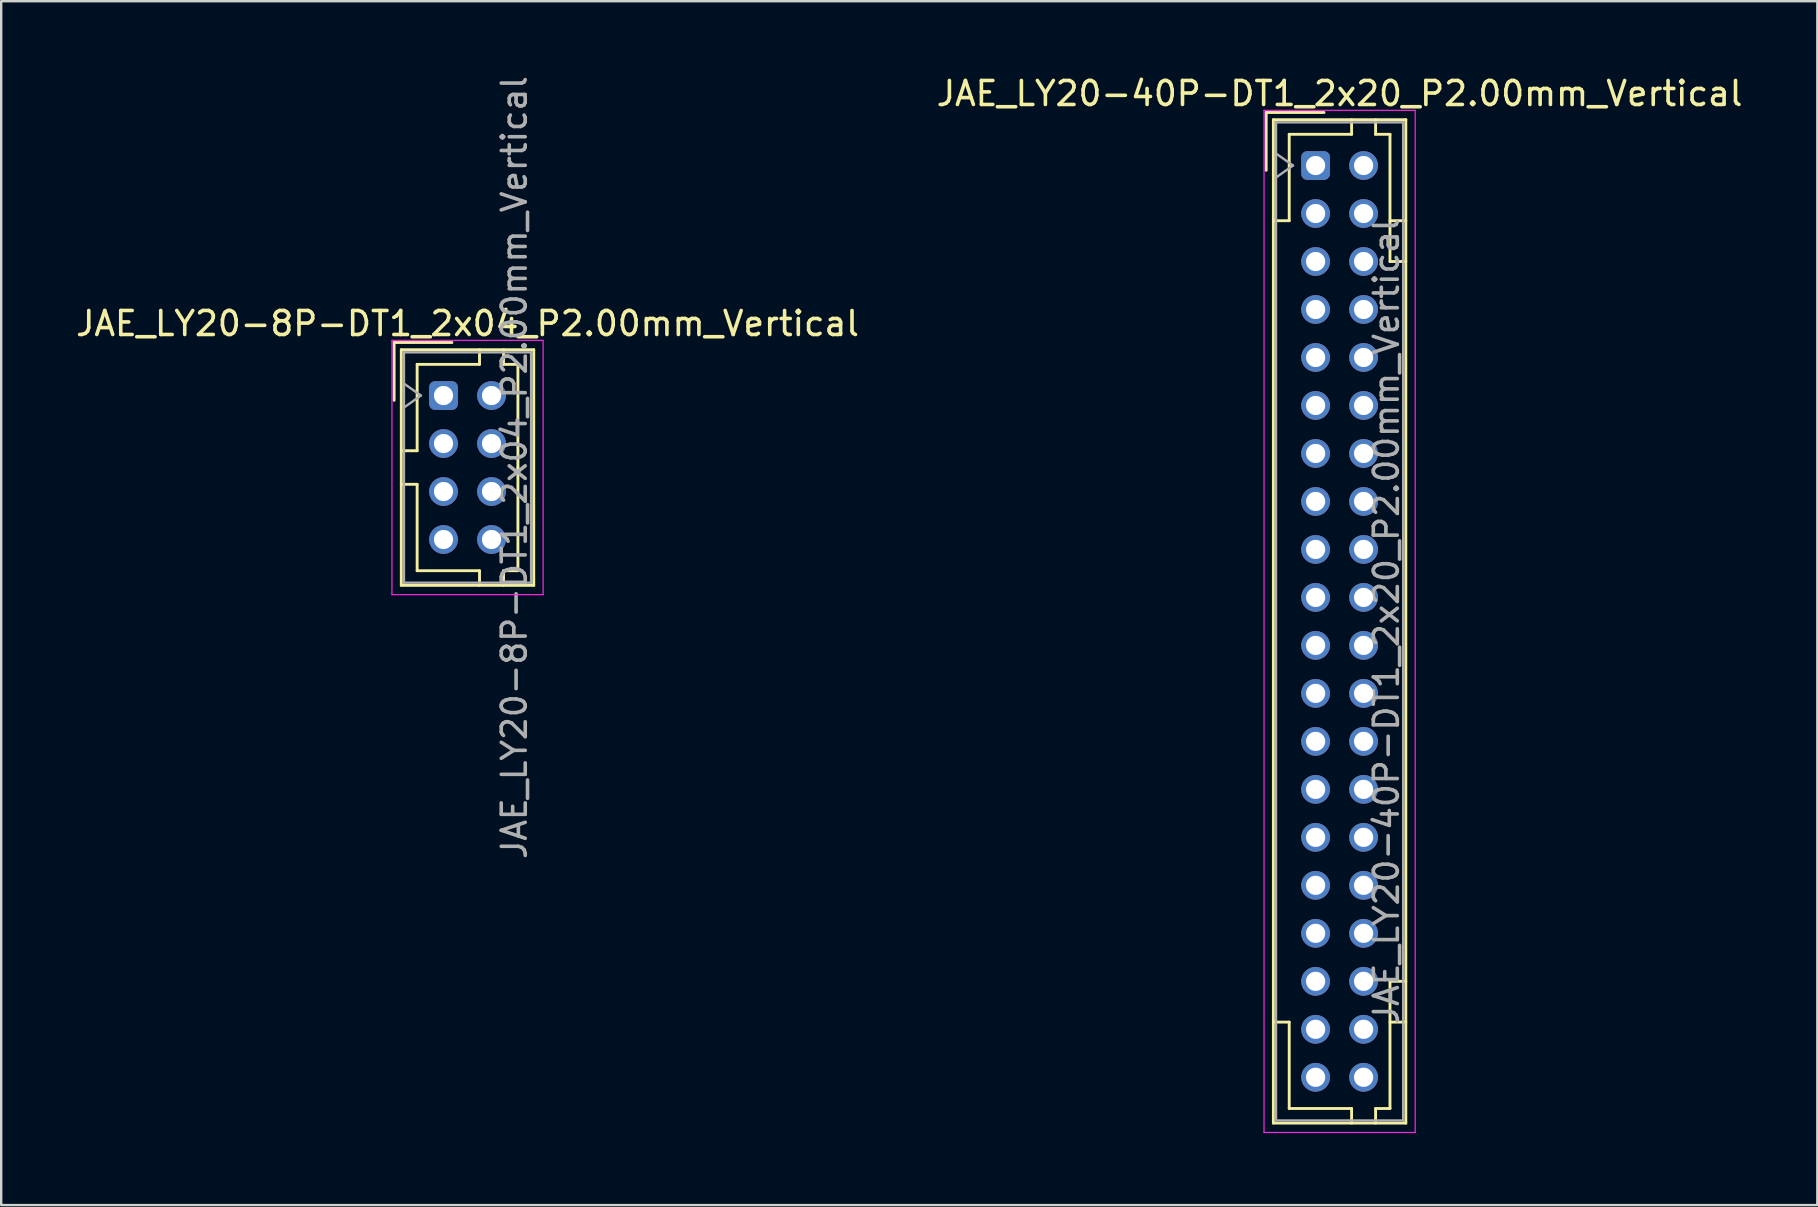
<source format=kicad_pcb>
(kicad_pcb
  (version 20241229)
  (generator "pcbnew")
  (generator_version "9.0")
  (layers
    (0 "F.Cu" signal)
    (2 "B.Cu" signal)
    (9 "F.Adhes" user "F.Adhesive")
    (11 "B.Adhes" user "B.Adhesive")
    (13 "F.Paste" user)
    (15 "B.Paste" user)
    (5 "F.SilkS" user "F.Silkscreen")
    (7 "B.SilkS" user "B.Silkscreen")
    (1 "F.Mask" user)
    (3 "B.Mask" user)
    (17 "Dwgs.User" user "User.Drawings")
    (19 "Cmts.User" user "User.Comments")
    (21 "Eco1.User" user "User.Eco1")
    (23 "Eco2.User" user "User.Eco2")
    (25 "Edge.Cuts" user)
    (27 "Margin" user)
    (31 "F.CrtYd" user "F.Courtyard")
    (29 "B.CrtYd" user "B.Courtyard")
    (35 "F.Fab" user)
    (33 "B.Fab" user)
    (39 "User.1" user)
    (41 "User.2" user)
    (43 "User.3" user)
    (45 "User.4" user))
  (footprint "JAE_LY20-8P-DT1_2x04_P2.00mm_Vertical"
    (layer "F.Cu")
    (at 15.435 13.435)
    (property "Reference" "JAE_LY20-8P-DT1_2x04_P2.00mm_Vertical" (at 1 -3 0) (layer "F.SilkS") (effects (font (size 1 1) (thickness 0.15))))
    (attr through_hole)
    (fp_line (start -2.06 -2.21) (end -2.06 0.2) (stroke (width 0.12) (type solid)) (layer "F.SilkS"))
    (fp_line (start -1.76 -1.91) (end -1.76 7.91) (stroke (width 0.12) (type solid)) (layer "F.SilkS"))
    (fp_line (start -1.76 7.91) (end 3.76 7.91) (stroke (width 0.12) (type solid)) (layer "F.SilkS"))
    (fp_line (start -1.1 -1.3) (end -1.1 2.3) (stroke (width 0.12) (type solid)) (layer "F.SilkS"))
    (fp_line (start -1.1 2.3) (end -1.76 2.3) (stroke (width 0.12) (type solid)) (layer "F.SilkS"))
    (fp_line (start -1.1 3.7) (end -1.76 3.7) (stroke (width 0.12) (type solid)) (layer "F.SilkS"))
    (fp_line (start -1.1 7.3) (end -1.1 3.7) (stroke (width 0.12) (type solid)) (layer "F.SilkS"))
    (fp_line (start 0.35 -2.21) (end -2.06 -2.21) (stroke (width 0.12) (type solid)) (layer "F.SilkS"))
    (fp_line (start 1.5 -1.91) (end 1.5 -1.3) (stroke (width 0.12) (type solid)) (layer "F.SilkS"))
    (fp_line (start 1.5 -1.3) (end -1.1 -1.3) (stroke (width 0.12) (type solid)) (layer "F.SilkS"))
    (fp_line (start 1.5 7.3) (end -1.1 7.3) (stroke (width 0.12) (type solid)) (layer "F.SilkS"))
    (fp_line (start 1.5 7.91) (end 1.5 7.3) (stroke (width 0.12) (type solid)) (layer "F.SilkS"))
    (fp_line (start 2.5 -1.91) (end 2.5 -1.3) (stroke (width 0.12) (type solid)) (layer "F.SilkS"))
    (fp_line (start 2.5 -1.3) (end 3.1 -1.3) (stroke (width 0.12) (type solid)) (layer "F.SilkS"))
    (fp_line (start 2.5 7.3) (end 3.1 7.3) (stroke (width 0.12) (type solid)) (layer "F.SilkS"))
    (fp_line (start 2.5 7.91) (end 2.5 7.3) (stroke (width 0.12) (type solid)) (layer "F.SilkS"))
    (fp_line (start 3.1 -1.3) (end 3.1 3) (stroke (width 0.12) (type solid)) (layer "F.SilkS"))
    (fp_line (start 3.1 7.3) (end 3.1 3) (stroke (width 0.12) (type solid)) (layer "F.SilkS"))
    (fp_line (start 3.76 -1.91) (end -1.76 -1.91) (stroke (width 0.12) (type solid)) (layer "F.SilkS"))
    (fp_line (start 3.76 7.91) (end 3.76 -1.91) (stroke (width 0.12) (type solid)) (layer "F.SilkS"))
    (fp_line (start -2.15 -2.3) (end -2.15 8.3) (stroke (width 0.05) (type solid)) (layer "F.CrtYd"))
    (fp_line (start -2.15 8.3) (end 4.15 8.3) (stroke (width 0.05) (type solid)) (layer "F.CrtYd"))
    (fp_line (start 4.15 -2.3) (end -2.15 -2.3) (stroke (width 0.05) (type solid)) (layer "F.CrtYd"))
    (fp_line (start 4.15 8.3) (end 4.15 -2.3) (stroke (width 0.05) (type solid)) (layer "F.CrtYd"))
    (fp_line (start -1.65 -1.8) (end -1.65 7.8) (stroke (width 0.1) (type solid)) (layer "F.Fab"))
    (fp_line (start -1.65 0.5) (end -0.943 0) (stroke (width 0.1) (type solid)) (layer "F.Fab"))
    (fp_line (start -1.65 7.8) (end 3.65 7.8) (stroke (width 0.1) (type solid)) (layer "F.Fab"))
    (fp_line (start -0.943 0) (end -1.65 -0.5) (stroke (width 0.1) (type solid)) (layer "F.Fab"))
    (fp_line (start 3.65 -1.8) (end -1.65 -1.8) (stroke (width 0.1) (type solid)) (layer "F.Fab"))
    (fp_line (start 3.65 7.8) (end 3.65 -1.8) (stroke (width 0.1) (type solid)) (layer "F.Fab"))
    (fp_text user "${REFERENCE}" (at 2.95 3 90) (layer "F.Fab") (effects (font (size 1 1) (thickness 0.15))))
    (pad "a1" thru_hole roundrect (at 0 0) (size 1.2 1.2) (drill 0.8) (layers "*.Cu" "*.Mask") (roundrect_rratio 0.208))
    (pad "a2" thru_hole circle (at 0 2) (size 1.2 1.2) (drill 0.8) (layers "*.Cu" "*.Mask"))
    (pad "a3" thru_hole circle (at 0 4) (size 1.2 1.2) (drill 0.8) (layers "*.Cu" "*.Mask"))
    (pad "a4" thru_hole circle (at 0 6) (size 1.2 1.2) (drill 0.8) (layers "*.Cu" "*.Mask"))
    (pad "b1" thru_hole circle (at 2 0) (size 1.2 1.2) (drill 0.8) (layers "*.Cu" "*.Mask"))
    (pad "b2" thru_hole circle (at 2 2) (size 1.2 1.2) (drill 0.8) (layers "*.Cu" "*.Mask"))
    (pad "b3" thru_hole circle (at 2 4) (size 1.2 1.2) (drill 0.8) (layers "*.Cu" "*.Mask"))
    (pad "b4" thru_hole circle (at 2 6) (size 1.2 1.2) (drill 0.8) (layers "*.Cu" "*.Mask")))
  (footprint "JAE_LY20-40P-DT1_2x20_P2.00mm_Vertical"
    (layer "F.Cu")
    (at 51.78 3.848)
    (property "Reference" "JAE_LY20-40P-DT1_2x20_P2.00mm_Vertical" (at 1 -3 0) (layer "F.SilkS") (effects (font (size 1 1) (thickness 0.15))))
    (attr through_hole)
    (fp_line (start -2.06 -2.21) (end -2.06 0.2) (stroke (width 0.12) (type solid)) (layer "F.SilkS"))
    (fp_line (start -1.76 -1.91) (end -1.76 39.91) (stroke (width 0.12) (type solid)) (layer "F.SilkS"))
    (fp_line (start -1.76 39.91) (end 3.76 39.91) (stroke (width 0.12) (type solid)) (layer "F.SilkS"))
    (fp_line (start -1.1 -1.3) (end -1.1 2.3) (stroke (width 0.12) (type solid)) (layer "F.SilkS"))
    (fp_line (start -1.1 2.3) (end -1.76 2.3) (stroke (width 0.12) (type solid)) (layer "F.SilkS"))
    (fp_line (start -1.1 35.7) (end -1.76 35.7) (stroke (width 0.12) (type solid)) (layer "F.SilkS"))
    (fp_line (start -1.1 39.3) (end -1.1 35.7) (stroke (width 0.12) (type solid)) (layer "F.SilkS"))
    (fp_line (start 0.35 -2.21) (end -2.06 -2.21) (stroke (width 0.12) (type solid)) (layer "F.SilkS"))
    (fp_line (start 1.5 -1.91) (end 1.5 -1.3) (stroke (width 0.12) (type solid)) (layer "F.SilkS"))
    (fp_line (start 1.5 -1.3) (end -1.1 -1.3) (stroke (width 0.12) (type solid)) (layer "F.SilkS"))
    (fp_line (start 1.5 39.3) (end -1.1 39.3) (stroke (width 0.12) (type solid)) (layer "F.SilkS"))
    (fp_line (start 1.5 39.91) (end 1.5 39.3) (stroke (width 0.12) (type solid)) (layer "F.SilkS"))
    (fp_line (start 2.5 -1.91) (end 2.5 -1.3) (stroke (width 0.12) (type solid)) (layer "F.SilkS"))
    (fp_line (start 2.5 -1.3) (end 3.1 -1.3) (stroke (width 0.12) (type solid)) (layer "F.SilkS"))
    (fp_line (start 2.5 39.3) (end 3.1 39.3) (stroke (width 0.12) (type solid)) (layer "F.SilkS"))
    (fp_line (start 2.5 39.91) (end 2.5 39.3) (stroke (width 0.12) (type solid)) (layer "F.SilkS"))
    (fp_line (start 3.1 -1.3) (end 3.1 4) (stroke (width 0.12) (type solid)) (layer "F.SilkS"))
    (fp_line (start 3.1 4) (end 3.76 4) (stroke (width 0.12) (type solid)) (layer "F.SilkS"))
    (fp_line (start 3.1 34) (end 3.76 34) (stroke (width 0.12) (type solid)) (layer "F.SilkS"))
    (fp_line (start 3.1 39.3) (end 3.1 34) (stroke (width 0.12) (type solid)) (layer "F.SilkS"))
    (fp_line (start 3.76 -1.91) (end -1.76 -1.91) (stroke (width 0.12) (type solid)) (layer "F.SilkS"))
    (fp_line (start 3.76 2.3) (end 3.1 2.3) (stroke (width 0.12) (type solid)) (layer "F.SilkS"))
    (fp_line (start 3.76 35.7) (end 3.1 35.7) (stroke (width 0.12) (type solid)) (layer "F.SilkS"))
    (fp_line (start 3.76 39.91) (end 3.76 -1.91) (stroke (width 0.12) (type solid)) (layer "F.SilkS"))
    (fp_line (start -2.15 -2.3) (end -2.15 40.3) (stroke (width 0.05) (type solid)) (layer "F.CrtYd"))
    (fp_line (start -2.15 40.3) (end 4.15 40.3) (stroke (width 0.05) (type solid)) (layer "F.CrtYd"))
    (fp_line (start 4.15 -2.3) (end -2.15 -2.3) (stroke (width 0.05) (type solid)) (layer "F.CrtYd"))
    (fp_line (start 4.15 40.3) (end 4.15 -2.3) (stroke (width 0.05) (type solid)) (layer "F.CrtYd"))
    (fp_line (start -1.65 -1.8) (end -1.65 39.8) (stroke (width 0.1) (type solid)) (layer "F.Fab"))
    (fp_line (start -1.65 0.5) (end -0.943 0) (stroke (width 0.1) (type solid)) (layer "F.Fab"))
    (fp_line (start -1.65 39.8) (end 3.65 39.8) (stroke (width 0.1) (type solid)) (layer "F.Fab"))
    (fp_line (start -0.943 0) (end -1.65 -0.5) (stroke (width 0.1) (type solid)) (layer "F.Fab"))
    (fp_line (start 3.65 -1.8) (end -1.65 -1.8) (stroke (width 0.1) (type solid)) (layer "F.Fab"))
    (fp_line (start 3.65 39.8) (end 3.65 -1.8) (stroke (width 0.1) (type solid)) (layer "F.Fab"))
    (fp_text user "${REFERENCE}" (at 2.95 19 90) (layer "F.Fab") (effects (font (size 1 1) (thickness 0.15))))
    (pad "a1" thru_hole roundrect (at 0 0) (size 1.2 1.2) (drill 0.8) (layers "*.Cu" "*.Mask") (roundrect_rratio 0.208))
    (pad "a2" thru_hole circle (at 0 2) (size 1.2 1.2) (drill 0.8) (layers "*.Cu" "*.Mask"))
    (pad "a3" thru_hole circle (at 0 4) (size 1.2 1.2) (drill 0.8) (layers "*.Cu" "*.Mask"))
    (pad "a4" thru_hole circle (at 0 6) (size 1.2 1.2) (drill 0.8) (layers "*.Cu" "*.Mask"))
    (pad "a5" thru_hole circle (at 0 8) (size 1.2 1.2) (drill 0.8) (layers "*.Cu" "*.Mask"))
    (pad "a6" thru_hole circle (at 0 10) (size 1.2 1.2) (drill 0.8) (layers "*.Cu" "*.Mask"))
    (pad "a7" thru_hole circle (at 0 12) (size 1.2 1.2) (drill 0.8) (layers "*.Cu" "*.Mask"))
    (pad "a8" thru_hole circle (at 0 14) (size 1.2 1.2) (drill 0.8) (layers "*.Cu" "*.Mask"))
    (pad "a9" thru_hole circle (at 0 16) (size 1.2 1.2) (drill 0.8) (layers "*.Cu" "*.Mask"))
    (pad "a10" thru_hole circle (at 0 18) (size 1.2 1.2) (drill 0.8) (layers "*.Cu" "*.Mask"))
    (pad "a11" thru_hole circle (at 0 20) (size 1.2 1.2) (drill 0.8) (layers "*.Cu" "*.Mask"))
    (pad "a12" thru_hole circle (at 0 22) (size 1.2 1.2) (drill 0.8) (layers "*.Cu" "*.Mask"))
    (pad "a13" thru_hole circle (at 0 24) (size 1.2 1.2) (drill 0.8) (layers "*.Cu" "*.Mask"))
    (pad "a14" thru_hole circle (at 0 26) (size 1.2 1.2) (drill 0.8) (layers "*.Cu" "*.Mask"))
    (pad "a15" thru_hole circle (at 0 28) (size 1.2 1.2) (drill 0.8) (layers "*.Cu" "*.Mask"))
    (pad "a16" thru_hole circle (at 0 30) (size 1.2 1.2) (drill 0.8) (layers "*.Cu" "*.Mask"))
    (pad "a17" thru_hole circle (at 0 32) (size 1.2 1.2) (drill 0.8) (layers "*.Cu" "*.Mask"))
    (pad "a18" thru_hole circle (at 0 34) (size 1.2 1.2) (drill 0.8) (layers "*.Cu" "*.Mask"))
    (pad "a19" thru_hole circle (at 0 36) (size 1.2 1.2) (drill 0.8) (layers "*.Cu" "*.Mask"))
    (pad "a20" thru_hole circle (at 0 38) (size 1.2 1.2) (drill 0.8) (layers "*.Cu" "*.Mask"))
    (pad "b1" thru_hole circle (at 2 0) (size 1.2 1.2) (drill 0.8) (layers "*.Cu" "*.Mask"))
    (pad "b2" thru_hole circle (at 2 2) (size 1.2 1.2) (drill 0.8) (layers "*.Cu" "*.Mask"))
    (pad "b3" thru_hole circle (at 2 4) (size 1.2 1.2) (drill 0.8) (layers "*.Cu" "*.Mask"))
    (pad "b4" thru_hole circle (at 2 6) (size 1.2 1.2) (drill 0.8) (layers "*.Cu" "*.Mask"))
    (pad "b5" thru_hole circle (at 2 8) (size 1.2 1.2) (drill 0.8) (layers "*.Cu" "*.Mask"))
    (pad "b6" thru_hole circle (at 2 10) (size 1.2 1.2) (drill 0.8) (layers "*.Cu" "*.Mask"))
    (pad "b7" thru_hole circle (at 2 12) (size 1.2 1.2) (drill 0.8) (layers "*.Cu" "*.Mask"))
    (pad "b8" thru_hole circle (at 2 14) (size 1.2 1.2) (drill 0.8) (layers "*.Cu" "*.Mask"))
    (pad "b9" thru_hole circle (at 2 16) (size 1.2 1.2) (drill 0.8) (layers "*.Cu" "*.Mask"))
    (pad "b10" thru_hole circle (at 2 18) (size 1.2 1.2) (drill 0.8) (layers "*.Cu" "*.Mask"))
    (pad "b11" thru_hole circle (at 2 20) (size 1.2 1.2) (drill 0.8) (layers "*.Cu" "*.Mask"))
    (pad "b12" thru_hole circle (at 2 22) (size 1.2 1.2) (drill 0.8) (layers "*.Cu" "*.Mask"))
    (pad "b13" thru_hole circle (at 2 24) (size 1.2 1.2) (drill 0.8) (layers "*.Cu" "*.Mask"))
    (pad "b14" thru_hole circle (at 2 26) (size 1.2 1.2) (drill 0.8) (layers "*.Cu" "*.Mask"))
    (pad "b15" thru_hole circle (at 2 28) (size 1.2 1.2) (drill 0.8) (layers "*.Cu" "*.Mask"))
    (pad "b16" thru_hole circle (at 2 30) (size 1.2 1.2) (drill 0.8) (layers "*.Cu" "*.Mask"))
    (pad "b17" thru_hole circle (at 2 32) (size 1.2 1.2) (drill 0.8) (layers "*.Cu" "*.Mask"))
    (pad "b18" thru_hole circle (at 2 34) (size 1.2 1.2) (drill 0.8) (layers "*.Cu" "*.Mask"))
    (pad "b19" thru_hole circle (at 2 36) (size 1.2 1.2) (drill 0.8) (layers "*.Cu" "*.Mask"))
    (pad "b20" thru_hole circle (at 2 38) (size 1.2 1.2) (drill 0.8) (layers "*.Cu" "*.Mask")))
  (gr_rect
    (start -3 -3)
    (end 72.69 47.173)
    (stroke (width 0.1) (type default))
    (fill no)
    (layer "Edge.Cuts")))
</source>
